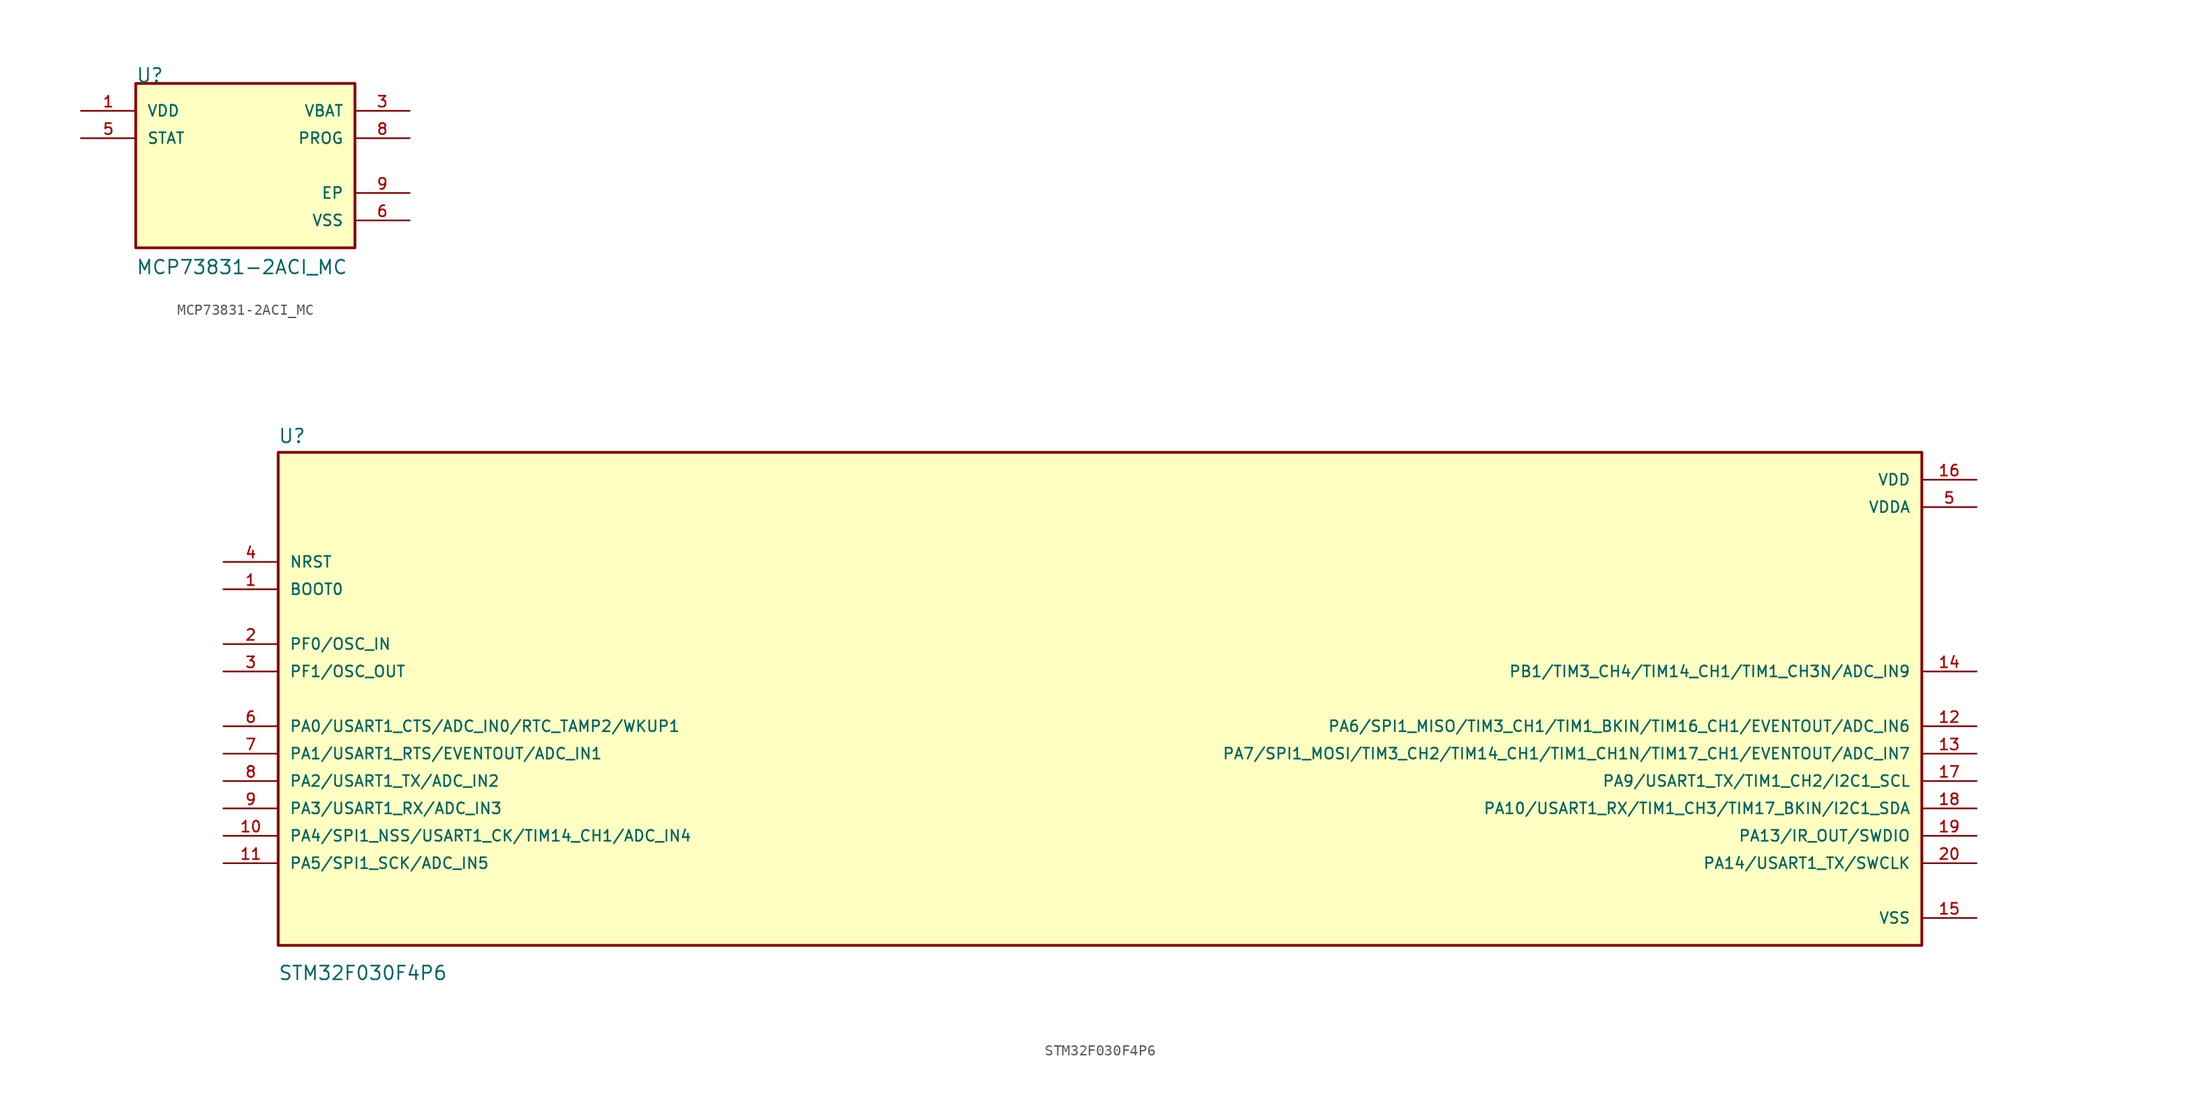
<source format=kicad_sym>
(kicad_symbol_lib
  (version 20241209)
  (generator "kicad_symbol_editor")
  (generator_version "9.0")
  (symbol "MCP73831-2ACI_MC"
    (pin_names
      (offset 1.016))
    (property "Reference" "U"
      (at -10.16 7.62 0)
      (effects (font (size 1.27 1.27)) (justify left bottom)))
    (property "Value" "MCP73831-2ACI_MC"
      (at -10.16 -10.16 0)
      (effects (font (size 1.27 1.27)) (justify left bottom)))
    (symbol "MCP73831-2ACI_MC_0_0"
      (rectangle (start -10.16 -7.62) (end 10.16 7.62) (stroke (width 0.254) (type default)) (fill (type background)))
      (pin power_in line (at -15.24 5.08 0) (length 5.08) (name "VDD" (effects (font (size 1.016 1.016)))) (number "1" (effects (font (size 1.016 1.016)))))
      (pin power_in line (at -15.24 5.08 0) (length 5.08) (hide yes) (name "VDD" (effects (font (size 1.016 1.016)))) (number "2" (effects (font (size 1.016 1.016)))))
      (pin output line (at -15.24 2.54 0) (length 5.08) (name "STAT" (effects (font (size 1.016 1.016)))) (number "5" (effects (font (size 1.016 1.016)))))
      (pin output line (at 15.24 5.08 180) (length 5.08) (name "VBAT" (effects (font (size 1.016 1.016)))) (number "3" (effects (font (size 1.016 1.016)))))
      (pin output line (at 15.24 5.08 180) (length 5.08) (hide yes) (name "VBAT" (effects (font (size 1.016 1.016)))) (number "4" (effects (font (size 1.016 1.016)))))
      (pin input line (at 15.24 2.54 180) (length 5.08) (name "PROG" (effects (font (size 1.016 1.016)))) (number "8" (effects (font (size 1.016 1.016)))))
      (pin power_in line (at 15.24 -2.54 180) (length 5.08) (name "EP" (effects (font (size 1.016 1.016)))) (number "9" (effects (font (size 1.016 1.016)))))
      (pin power_in line (at 15.24 -5.08 180) (length 5.08) (name "VSS" (effects (font (size 1.016 1.016)))) (number "6" (effects (font (size 1.016 1.016)))))))
  (symbol "STM32F030F4P6"
    (pin_names
      (offset 1.016))
    (property "Reference" "U"
      (at -76.222 23.628 0)
      (effects (font (size 1.27 1.27)) (justify left bottom)))
    (property "Value" "STM32F030F4P6"
      (at -76.221 -26.169 0)
      (effects (font (size 1.27 1.27)) (justify left bottom)))
    (symbol "STM32F030F4P6_0_0"
      (rectangle (start -76.2 -22.86) (end 76.2 22.86) (stroke (width 0.254) (type default)) (fill (type background)))
      (pin bidirectional line (at -81.28 12.7 0) (length 5.08) (name "NRST" (effects (font (size 1.016 1.016)))) (number "4" (effects (font (size 1.016 1.016)))))
      (pin input line (at -81.28 10.16 0) (length 5.08) (name "BOOT0" (effects (font (size 1.016 1.016)))) (number "1" (effects (font (size 1.016 1.016)))))
      (pin bidirectional line (at -81.28 5.08 0) (length 5.08) (name "PF0/OSC_IN" (effects (font (size 1.016 1.016)))) (number "2" (effects (font (size 1.016 1.016)))))
      (pin bidirectional line (at -81.28 2.54 0) (length 5.08) (name "PF1/OSC_OUT" (effects (font (size 1.016 1.016)))) (number "3" (effects (font (size 1.016 1.016)))))
      (pin bidirectional line (at -81.28 -2.54 0) (length 5.08) (name "PA0/USART1_CTS/ADC_IN0/RTC_TAMP2/WKUP1" (effects (font (size 1.016 1.016)))) (number "6" (effects (font (size 1.016 1.016)))))
      (pin bidirectional line (at -81.28 -5.08 0) (length 5.08) (name "PA1/USART1_RTS/EVENTOUT/ADC_IN1" (effects (font (size 1.016 1.016)))) (number "7" (effects (font (size 1.016 1.016)))))
      (pin bidirectional line (at -81.28 -7.62 0) (length 5.08) (name "PA2/USART1_TX/ADC_IN2" (effects (font (size 1.016 1.016)))) (number "8" (effects (font (size 1.016 1.016)))))
      (pin bidirectional line (at -81.28 -10.16 0) (length 5.08) (name "PA3/USART1_RX/ADC_IN3" (effects (font (size 1.016 1.016)))) (number "9" (effects (font (size 1.016 1.016)))))
      (pin bidirectional line (at -81.28 -12.7 0) (length 5.08) (name "PA4/SPI1_NSS/USART1_CK/TIM14_CH1/ADC_IN4" (effects (font (size 1.016 1.016)))) (number "10" (effects (font (size 1.016 1.016)))))
      (pin bidirectional line (at -81.28 -15.24 0) (length 5.08) (name "PA5/SPI1_SCK/ADC_IN5" (effects (font (size 1.016 1.016)))) (number "11" (effects (font (size 1.016 1.016)))))
      (pin power_in line (at 81.28 20.32 180) (length 5.08) (name "VDD" (effects (font (size 1.016 1.016)))) (number "16" (effects (font (size 1.016 1.016)))))
      (pin power_in line (at 81.28 17.78 180) (length 5.08) (name "VDDA" (effects (font (size 1.016 1.016)))) (number "5" (effects (font (size 1.016 1.016)))))
      (pin bidirectional line (at 81.28 2.54 180) (length 5.08) (name "PB1/TIM3_CH4/TIM14_CH1/TIM1_CH3N/ADC_IN9" (effects (font (size 1.016 1.016)))) (number "14" (effects (font (size 1.016 1.016)))))
      (pin bidirectional line (at 81.28 -2.54 180) (length 5.08) (name "PA6/SPI1_MISO/TIM3_CH1/TIM1_BKIN/TIM16_CH1/EVENTOUT/ADC_IN6" (effects (font (size 1.016 1.016)))) (number "12" (effects (font (size 1.016 1.016)))))
      (pin bidirectional line (at 81.28 -5.08 180) (length 5.08) (name "PA7/SPI1_MOSI/TIM3_CH2/TIM14_CH1/TIM1_CH1N/TIM17_CH1/EVENTOUT/ADC_IN7" (effects (font (size 1.016 1.016)))) (number "13" (effects (font (size 1.016 1.016)))))
      (pin bidirectional line (at 81.28 -7.62 180) (length 5.08) (name "PA9/USART1_TX/TIM1_CH2/I2C1_SCL" (effects (font (size 1.016 1.016)))) (number "17" (effects (font (size 1.016 1.016)))))
      (pin bidirectional line (at 81.28 -10.16 180) (length 5.08) (name "PA10/USART1_RX/TIM1_CH3/TIM17_BKIN/I2C1_SDA" (effects (font (size 1.016 1.016)))) (number "18" (effects (font (size 1.016 1.016)))))
      (pin bidirectional line (at 81.28 -12.7 180) (length 5.08) (name "PA13/IR_OUT/SWDIO" (effects (font (size 1.016 1.016)))) (number "19" (effects (font (size 1.016 1.016)))))
      (pin bidirectional line (at 81.28 -15.24 180) (length 5.08) (name "PA14/USART1_TX/SWCLK" (effects (font (size 1.016 1.016)))) (number "20" (effects (font (size 1.016 1.016)))))
      (pin power_in line (at 81.28 -20.32 180) (length 5.08) (name "VSS" (effects (font (size 1.016 1.016)))) (number "15" (effects (font (size 1.016 1.016))))))))
</source>
